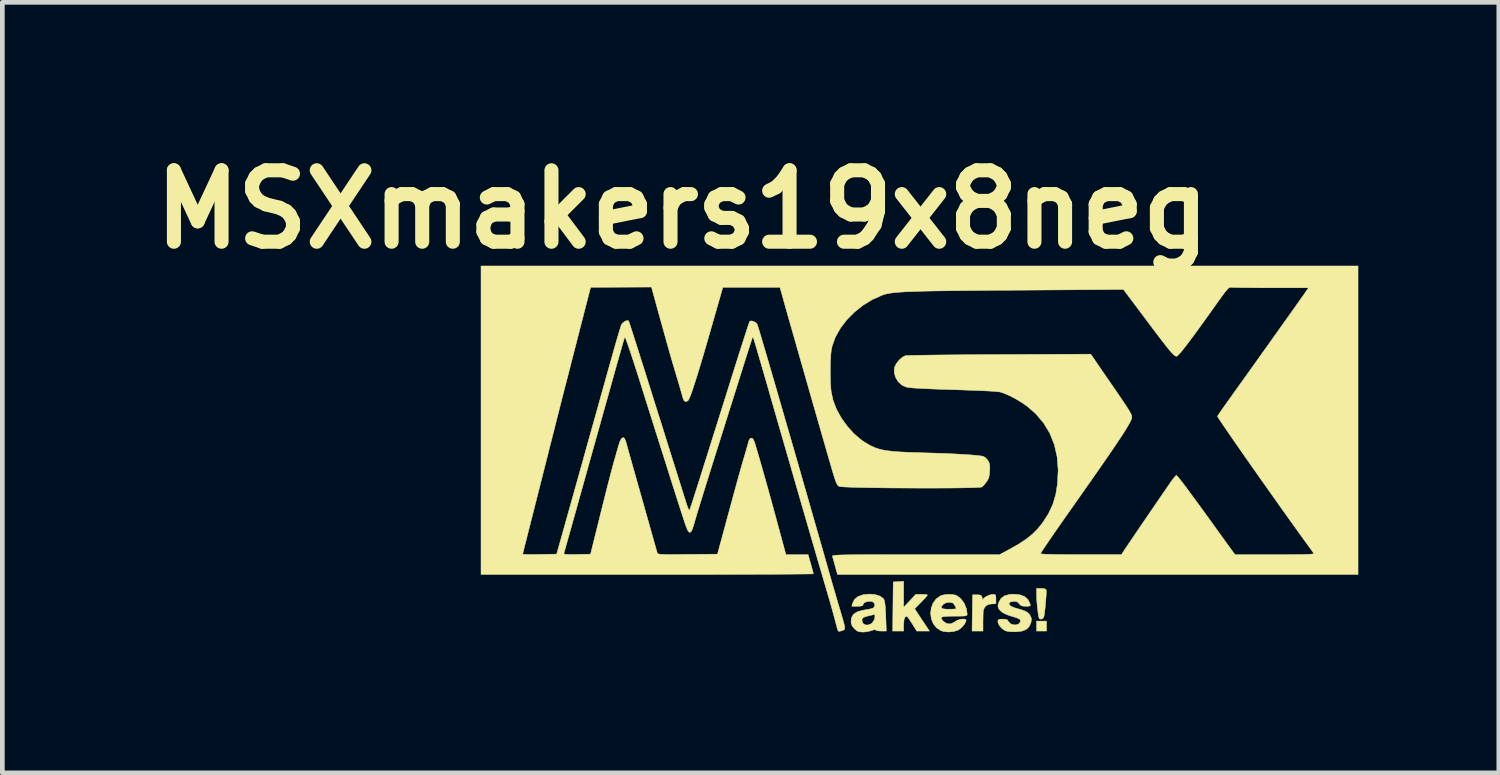
<source format=kicad_pcb>
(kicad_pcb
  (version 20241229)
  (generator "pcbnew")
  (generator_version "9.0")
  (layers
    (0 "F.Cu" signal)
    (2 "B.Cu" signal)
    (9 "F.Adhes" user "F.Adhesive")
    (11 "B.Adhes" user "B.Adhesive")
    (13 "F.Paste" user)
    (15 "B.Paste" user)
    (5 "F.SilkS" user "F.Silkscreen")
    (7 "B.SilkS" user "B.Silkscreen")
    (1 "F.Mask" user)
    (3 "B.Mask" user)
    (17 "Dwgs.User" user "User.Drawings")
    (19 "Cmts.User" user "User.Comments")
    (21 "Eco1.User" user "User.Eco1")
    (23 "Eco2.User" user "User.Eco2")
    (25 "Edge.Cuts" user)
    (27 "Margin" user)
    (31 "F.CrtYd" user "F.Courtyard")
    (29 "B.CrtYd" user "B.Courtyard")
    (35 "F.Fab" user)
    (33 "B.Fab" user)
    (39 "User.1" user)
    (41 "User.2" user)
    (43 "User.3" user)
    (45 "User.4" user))
  (footprint "MSXmakers19x8neg"
    (layer "F.Cu")
    (at 16.59 6.498)
    (property "Reference" "MSXmakers19x8neg" (at -5.08 -5.08 0) (layer "F.SilkS") (effects (font (size 1.524 1.524) (thickness 0.3))))
    (attr through_hole)
    (fp_poly (pts (xy 2.688 3.916) (xy 2.477 3.916) (xy 2.477 3.704) (xy 2.688 3.704) (xy 2.688 3.916)) (stroke (width 0.01) (type solid)) (fill yes) (layer "F.SilkS"))
    (fp_poly (pts (xy 2.641 3.011) (xy 2.676 3.03) (xy 2.681 3.04) (xy 2.684 3.072) (xy 2.682 3.136) (xy 2.676 3.221) (xy 2.668 3.319) (xy 2.659 3.418) (xy 2.648 3.509) (xy 2.638 3.582) (xy 2.631 3.614) (xy 2.608 3.649) (xy 2.57 3.663) (xy 2.537 3.651) (xy 2.532 3.646) (xy 2.522 3.611) (xy 2.511 3.545) (xy 2.499 3.458) (xy 2.489 3.361) (xy 2.481 3.264) (xy 2.477 3.179) (xy 2.477 3.152) (xy 2.477 3.006) (xy 2.572 3.006) (xy 2.641 3.011)) (stroke (width 0.01) (type solid)) (fill yes) (layer "F.SilkS"))
    (fp_poly (pts (xy -0.36 3.409) (xy -0.23 3.271) (xy -0.101 3.133) (xy 0.024 3.133) (xy 0.09 3.135) (xy 0.135 3.141) (xy 0.148 3.148) (xy 0.134 3.169) (xy 0.097 3.212) (xy 0.043 3.27) (xy 0.012 3.301) (xy -0.125 3.44) (xy 0.032 3.678) (xy 0.19 3.916) (xy -0.08 3.916) (xy -0.179 3.757) (xy -0.225 3.686) (xy -0.263 3.632) (xy -0.288 3.602) (xy -0.294 3.598) (xy -0.329 3.618) (xy -0.352 3.677) (xy -0.36 3.774) (xy -0.36 3.782) (xy -0.36 3.916) (xy -0.593 3.916) (xy -0.588 3.392) (xy -0.582 2.868) (xy -0.471 2.862) (xy -0.36 2.855) (xy -0.36 3.409)) (stroke (width 0.01) (type solid)) (fill yes) (layer "F.SilkS"))
    (fp_poly (pts (xy 1.582 3.135) (xy 1.602 3.149) (xy 1.608 3.187) (xy 1.609 3.234) (xy 1.609 3.334) (xy 1.52 3.337) (xy 1.449 3.347) (xy 1.398 3.379) (xy 1.382 3.396) (xy 1.361 3.425) (xy 1.346 3.457) (xy 1.338 3.502) (xy 1.335 3.569) (xy 1.334 3.668) (xy 1.333 3.684) (xy 1.333 3.916) (xy 1.1 3.916) (xy 1.105 3.53) (xy 1.111 3.143) (xy 1.206 3.143) (xy 1.266 3.146) (xy 1.296 3.158) (xy 1.311 3.188) (xy 1.315 3.207) (xy 1.325 3.243) (xy 1.331 3.247) (xy 1.331 3.246) (xy 1.352 3.214) (xy 1.4 3.18) (xy 1.462 3.151) (xy 1.522 3.134) (xy 1.542 3.133) (xy 1.582 3.135)) (stroke (width 0.01) (type solid)) (fill yes) (layer "F.SilkS"))
    (fp_poly (pts (xy -0.965 3.139) (xy -0.868 3.169) (xy -0.8 3.216) (xy -0.78 3.242) (xy -0.766 3.289) (xy -0.754 3.375) (xy -0.746 3.499) (xy -0.741 3.604) (xy -0.73 3.916) (xy -0.84 3.916) (xy -0.903 3.912) (xy -0.946 3.902) (xy -0.956 3.894) (xy -0.98 3.885) (xy -1.035 3.901) (xy -1.042 3.904) (xy -1.112 3.924) (xy -1.196 3.936) (xy -1.229 3.937) (xy -1.3 3.933) (xy -1.349 3.916) (xy -1.397 3.878) (xy -1.41 3.865) (xy -1.458 3.808) (xy -1.478 3.755) (xy -1.482 3.709) (xy -1.479 3.691) (xy -1.249 3.691) (xy -1.232 3.748) (xy -1.19 3.781) (xy -1.131 3.789) (xy -1.068 3.769) (xy -1.026 3.737) (xy -0.984 3.673) (xy -0.974 3.622) (xy -0.974 3.56) (xy -1.086 3.586) (xy -1.169 3.607) (xy -1.218 3.627) (xy -1.242 3.65) (xy -1.249 3.683) (xy -1.249 3.691) (xy -1.479 3.691) (xy -1.469 3.624) (xy -1.43 3.559) (xy -1.359 3.511) (xy -1.254 3.477) (xy -1.154 3.459) (xy -1.084 3.447) (xy -1.028 3.432) (xy -1.011 3.426) (xy -0.979 3.389) (xy -0.978 3.34) (xy -0.999 3.306) (xy -1.043 3.284) (xy -1.103 3.282) (xy -1.162 3.294) (xy -1.209 3.32) (xy -1.228 3.355) (xy -1.228 3.356) (xy -1.239 3.374) (xy -1.277 3.384) (xy -1.346 3.387) (xy -1.465 3.387) (xy -1.451 3.328) (xy -1.409 3.241) (xy -1.333 3.179) (xy -1.223 3.141) (xy -1.082 3.128) (xy -0.965 3.139)) (stroke (width 0.01) (type solid)) (fill yes) (layer "F.SilkS"))
    (fp_poly (pts (xy 0.692 3.138) (xy 0.758 3.152) (xy 0.769 3.156) (xy 0.859 3.225) (xy 0.932 3.322) (xy 0.979 3.437) (xy 0.995 3.549) (xy 0.994 3.569) (xy 0.985 3.583) (xy 0.963 3.591) (xy 0.921 3.596) (xy 0.851 3.598) (xy 0.747 3.598) (xy 0.72 3.598) (xy 0.596 3.6) (xy 0.51 3.605) (xy 0.46 3.616) (xy 0.441 3.634) (xy 0.45 3.662) (xy 0.483 3.702) (xy 0.496 3.716) (xy 0.566 3.759) (xy 0.643 3.763) (xy 0.722 3.727) (xy 0.737 3.715) (xy 0.786 3.686) (xy 0.847 3.667) (xy 0.906 3.659) (xy 0.953 3.664) (xy 0.973 3.683) (xy 0.974 3.686) (xy 0.958 3.736) (xy 0.917 3.797) (xy 0.862 3.854) (xy 0.803 3.895) (xy 0.71 3.925) (xy 0.6 3.936) (xy 0.494 3.926) (xy 0.434 3.907) (xy 0.339 3.844) (xy 0.272 3.757) (xy 0.231 3.654) (xy 0.216 3.542) (xy 0.228 3.429) (xy 0.231 3.421) (xy 0.444 3.421) (xy 0.474 3.44) (xy 0.542 3.449) (xy 0.603 3.45) (xy 0.679 3.449) (xy 0.735 3.445) (xy 0.761 3.439) (xy 0.762 3.438) (xy 0.751 3.404) (xy 0.725 3.359) (xy 0.697 3.324) (xy 0.69 3.318) (xy 0.635 3.302) (xy 0.566 3.307) (xy 0.505 3.33) (xy 0.487 3.344) (xy 0.449 3.39) (xy 0.444 3.421) (xy 0.231 3.421) (xy 0.266 3.325) (xy 0.329 3.235) (xy 0.419 3.169) (xy 0.451 3.155) (xy 0.521 3.139) (xy 0.607 3.133) (xy 0.692 3.138)) (stroke (width 0.01) (type solid)) (fill yes) (layer "F.SilkS"))
    (fp_poly (pts (xy 2.118 3.142) (xy 2.22 3.179) (xy 2.293 3.244) (xy 2.338 3.339) (xy 2.338 3.339) (xy 2.343 3.367) (xy 2.331 3.381) (xy 2.292 3.386) (xy 2.248 3.387) (xy 2.18 3.383) (xy 2.139 3.369) (xy 2.11 3.337) (xy 2.108 3.334) (xy 2.064 3.292) (xy 2.005 3.281) (xy 1.93 3.291) (xy 1.892 3.314) (xy 1.89 3.347) (xy 1.922 3.382) (xy 1.99 3.414) (xy 2.024 3.425) (xy 2.141 3.458) (xy 2.224 3.488) (xy 2.281 3.519) (xy 2.319 3.554) (xy 2.34 3.587) (xy 2.364 3.641) (xy 2.366 3.689) (xy 2.353 3.744) (xy 2.314 3.826) (xy 2.253 3.883) (xy 2.164 3.917) (xy 2.042 3.932) (xy 2.032 3.932) (xy 1.917 3.93) (xy 1.831 3.916) (xy 1.808 3.908) (xy 1.738 3.862) (xy 1.683 3.8) (xy 1.654 3.734) (xy 1.651 3.712) (xy 1.655 3.682) (xy 1.675 3.667) (xy 1.721 3.662) (xy 1.752 3.662) (xy 1.817 3.665) (xy 1.853 3.679) (xy 1.873 3.708) (xy 1.874 3.709) (xy 1.912 3.755) (xy 1.97 3.78) (xy 2.034 3.785) (xy 2.09 3.768) (xy 2.126 3.729) (xy 2.128 3.723) (xy 2.133 3.69) (xy 2.117 3.664) (xy 2.075 3.642) (xy 2.001 3.617) (xy 1.968 3.608) (xy 1.835 3.564) (xy 1.741 3.515) (xy 1.682 3.46) (xy 1.673 3.446) (xy 1.655 3.404) (xy 1.653 3.365) (xy 1.67 3.308) (xy 1.673 3.299) (xy 1.719 3.218) (xy 1.795 3.163) (xy 1.9 3.135) (xy 1.984 3.13) (xy 2.118 3.142)) (stroke (width 0.01) (type solid)) (fill yes) (layer "F.SilkS"))
    (fp_poly (pts (xy 9.335 2.709) (xy -1.771 2.709) (xy -1.82 2.535) (xy -1.843 2.45) (xy -1.863 2.378) (xy -1.876 2.331) (xy -1.879 2.323) (xy -1.879 2.316) (xy -1.873 2.311) (xy -1.86 2.306) (xy -1.836 2.302) (xy -1.799 2.298) (xy -1.746 2.295) (xy -1.674 2.292) (xy -1.581 2.29) (xy -1.464 2.289) (xy -1.321 2.288) (xy -1.149 2.287) (xy -0.945 2.287) (xy -0.707 2.286) (xy -0.432 2.286) (xy -0.117 2.286) (xy 1.686 2.286) (xy 1.904 2.169) (xy 2.096 2.06) (xy 2.254 1.956) (xy 2.386 1.85) (xy 2.5 1.736) (xy 2.6 1.613) (xy 2.728 1.416) (xy 2.822 1.216) (xy 2.886 1.001) (xy 2.922 0.777) (xy 2.937 0.48) (xy 2.915 0.2) (xy 2.856 -0.06) (xy 2.76 -0.301) (xy 2.628 -0.521) (xy 2.459 -0.72) (xy 2.285 -0.873) (xy 2.166 -0.957) (xy 2.034 -1.036) (xy 1.901 -1.106) (xy 1.778 -1.158) (xy 1.693 -1.185) (xy 1.649 -1.191) (xy 1.568 -1.198) (xy 1.457 -1.205) (xy 1.321 -1.212) (xy 1.168 -1.218) (xy 1.001 -1.224) (xy 0.921 -1.227) (xy 0.661 -1.235) (xy 0.44 -1.242) (xy 0.255 -1.249) (xy 0.102 -1.255) (xy -0.022 -1.262) (xy -0.121 -1.268) (xy -0.198 -1.274) (xy -0.256 -1.281) (xy -0.299 -1.289) (xy -0.307 -1.29) (xy -0.398 -1.332) (xy -0.475 -1.403) (xy -0.531 -1.495) (xy -0.561 -1.596) (xy -0.558 -1.696) (xy -0.554 -1.711) (xy -0.516 -1.789) (xy -0.457 -1.865) (xy -0.387 -1.926) (xy -0.324 -1.959) (xy -0.295 -1.961) (xy -0.226 -1.964) (xy -0.121 -1.966) (xy 0.017 -1.969) (xy 0.185 -1.971) (xy 0.38 -1.974) (xy 0.599 -1.976) (xy 0.839 -1.978) (xy 1.096 -1.98) (xy 1.368 -1.982) (xy 1.652 -1.983) (xy 1.684 -1.983) (xy 3.632 -1.992) (xy 3.971 -1.498) (xy 4.099 -1.313) (xy 4.205 -1.158) (xy 4.291 -1.032) (xy 4.359 -0.931) (xy 4.411 -0.851) (xy 4.45 -0.79) (xy 4.476 -0.743) (xy 4.494 -0.709) (xy 4.503 -0.682) (xy 4.508 -0.661) (xy 4.508 -0.643) (xy 4.503 -0.615) (xy 4.486 -0.572) (xy 4.456 -0.513) (xy 4.411 -0.436) (xy 4.352 -0.339) (xy 4.275 -0.221) (xy 4.181 -0.08) (xy 4.068 0.087) (xy 3.934 0.281) (xy 3.779 0.505) (xy 3.601 0.759) (xy 3.45 0.974) (xy 3.266 1.236) (xy 3.105 1.465) (xy 2.967 1.662) (xy 2.851 1.829) (xy 2.756 1.967) (xy 2.681 2.077) (xy 2.625 2.161) (xy 2.587 2.219) (xy 2.566 2.254) (xy 2.561 2.266) (xy 2.582 2.271) (xy 2.642 2.275) (xy 2.74 2.279) (xy 2.872 2.282) (xy 3.036 2.284) (xy 3.23 2.285) (xy 3.424 2.285) (xy 4.286 2.285) (xy 4.374 2.153) (xy 4.426 2.076) (xy 4.494 1.975) (xy 4.576 1.854) (xy 4.667 1.72) (xy 4.765 1.576) (xy 4.866 1.429) (xy 4.966 1.282) (xy 5.062 1.141) (xy 5.151 1.012) (xy 5.229 0.898) (xy 5.294 0.804) (xy 5.34 0.737) (xy 5.364 0.704) (xy 5.407 0.647) (xy 5.441 0.607) (xy 5.459 0.593) (xy 5.477 0.61) (xy 5.519 0.659) (xy 5.582 0.739) (xy 5.665 0.848) (xy 5.765 0.984) (xy 5.883 1.144) (xy 6.016 1.326) (xy 6.163 1.529) (xy 6.213 1.598) (xy 6.306 1.728) (xy 6.396 1.853) (xy 6.478 1.966) (xy 6.547 2.062) (xy 6.6 2.135) (xy 6.629 2.175) (xy 6.711 2.286) (xy 7.558 2.286) (xy 7.777 2.286) (xy 7.957 2.285) (xy 8.101 2.283) (xy 8.211 2.281) (xy 8.293 2.278) (xy 8.347 2.274) (xy 8.379 2.269) (xy 8.39 2.263) (xy 8.39 2.26) (xy 8.37 2.229) (xy 8.333 2.177) (xy 8.297 2.127) (xy 8.196 1.989) (xy 8.084 1.833) (xy 7.961 1.662) (xy 7.83 1.479) (xy 7.693 1.287) (xy 7.553 1.089) (xy 7.411 0.888) (xy 7.269 0.688) (xy 7.13 0.49) (xy 6.995 0.298) (xy 6.867 0.115) (xy 6.748 -0.056) (xy 6.64 -0.212) (xy 6.546 -0.349) (xy 6.466 -0.466) (xy 6.403 -0.559) (xy 6.36 -0.625) (xy 6.338 -0.661) (xy 6.336 -0.666) (xy 6.351 -0.691) (xy 6.387 -0.745) (xy 6.441 -0.823) (xy 6.509 -0.919) (xy 6.588 -1.03) (xy 6.641 -1.104) (xy 6.753 -1.261) (xy 6.875 -1.431) (xy 7.004 -1.611) (xy 7.137 -1.798) (xy 7.273 -1.989) (xy 7.409 -2.179) (xy 7.542 -2.366) (xy 7.67 -2.546) (xy 7.79 -2.715) (xy 7.9 -2.869) (xy 7.998 -3.007) (xy 8.08 -3.123) (xy 8.145 -3.215) (xy 8.19 -3.278) (xy 8.21 -3.307) (xy 8.278 -3.408) (xy 7.468 -3.408) (xy 7.285 -3.408) (xy 7.114 -3.409) (xy 6.961 -3.411) (xy 6.83 -3.412) (xy 6.725 -3.414) (xy 6.652 -3.416) (xy 6.617 -3.419) (xy 6.615 -3.419) (xy 6.597 -3.418) (xy 6.574 -3.402) (xy 6.542 -3.37) (xy 6.497 -3.316) (xy 6.438 -3.237) (xy 6.36 -3.13) (xy 6.287 -3.026) (xy 6.108 -2.775) (xy 5.952 -2.559) (xy 5.819 -2.376) (xy 5.707 -2.227) (xy 5.617 -2.11) (xy 5.547 -2.025) (xy 5.498 -1.972) (xy 5.468 -1.948) (xy 5.463 -1.947) (xy 5.445 -1.95) (xy 5.425 -1.961) (xy 5.398 -1.983) (xy 5.363 -2.019) (xy 5.318 -2.07) (xy 5.26 -2.141) (xy 5.187 -2.234) (xy 5.097 -2.351) (xy 4.987 -2.496) (xy 4.855 -2.672) (xy 4.803 -2.742) (xy 4.33 -3.372) (xy 2.109 -3.357) (xy 1.713 -3.355) (xy 1.356 -3.352) (xy 1.036 -3.349) (xy 0.752 -3.346) (xy 0.501 -3.343) (xy 0.28 -3.34) (xy 0.088 -3.336) (xy -0.078 -3.331) (xy -0.221 -3.326) (xy -0.343 -3.321) (xy -0.446 -3.314) (xy -0.533 -3.307) (xy -0.605 -3.299) (xy -0.666 -3.29) (xy -0.717 -3.28) (xy -0.761 -3.269) (xy -0.801 -3.256) (xy -0.813 -3.252) (xy -1.027 -3.157) (xy -1.229 -3.033) (xy -1.413 -2.886) (xy -1.576 -2.721) (xy -1.711 -2.543) (xy -1.816 -2.356) (xy -1.885 -2.165) (xy -1.904 -2.074) (xy -1.914 -1.978) (xy -1.921 -1.85) (xy -1.925 -1.704) (xy -1.924 -1.55) (xy -1.921 -1.4) (xy -1.913 -1.265) (xy -1.906 -1.193) (xy -1.866 -1.007) (xy -1.792 -0.816) (xy -1.688 -0.627) (xy -1.56 -0.449) (xy -1.414 -0.289) (xy -1.255 -0.155) (xy -1.193 -0.114) (xy -1.114 -0.066) (xy -1.04 -0.027) (xy -0.965 0.006) (xy -0.885 0.033) (xy -0.796 0.054) (xy -0.692 0.071) (xy -0.568 0.084) (xy -0.42 0.095) (xy -0.243 0.103) (xy -0.032 0.11) (xy 0.159 0.116) (xy 0.372 0.122) (xy 0.577 0.13) (xy 0.767 0.139) (xy 0.938 0.149) (xy 1.086 0.159) (xy 1.206 0.17) (xy 1.293 0.18) (xy 1.343 0.19) (xy 1.346 0.191) (xy 1.391 0.222) (xy 1.435 0.272) (xy 1.441 0.28) (xy 1.464 0.326) (xy 1.476 0.376) (xy 1.478 0.445) (xy 1.476 0.502) (xy 1.468 0.591) (xy 1.453 0.653) (xy 1.427 0.705) (xy 1.406 0.735) (xy 1.363 0.789) (xy 1.324 0.831) (xy 1.313 0.841) (xy 1.286 0.847) (xy 1.22 0.852) (xy 1.12 0.856) (xy 0.99 0.859) (xy 0.835 0.862) (xy 0.658 0.864) (xy 0.464 0.865) (xy 0.257 0.866) (xy 0.041 0.866) (xy -0.18 0.865) (xy -0.401 0.864) (xy -0.619 0.863) (xy -0.829 0.86) (xy -1.027 0.858) (xy -1.21 0.854) (xy -1.371 0.851) (xy -1.509 0.846) (xy -1.618 0.842) (xy -1.694 0.836) (xy -1.733 0.831) (xy -1.736 0.83) (xy -1.76 0.812) (xy -1.783 0.78) (xy -1.806 0.729) (xy -1.833 0.651) (xy -1.868 0.538) (xy -1.87 0.533) (xy -1.888 0.47) (xy -1.917 0.369) (xy -1.956 0.236) (xy -2.003 0.074) (xy -2.056 -0.112) (xy -2.116 -0.319) (xy -2.18 -0.543) (xy -2.248 -0.78) (xy -2.319 -1.026) (xy -2.39 -1.276) (xy -2.462 -1.527) (xy -2.533 -1.775) (xy -2.602 -2.016) (xy -2.667 -2.245) (xy -2.728 -2.459) (xy -2.784 -2.655) (xy -2.833 -2.826) (xy -2.874 -2.971) (xy -2.895 -3.048) (xy -2.999 -3.418) (xy -4.218 -3.418) (xy -4.363 -2.91) (xy -4.463 -2.562) (xy -4.552 -2.253) (xy -4.631 -1.982) (xy -4.701 -1.747) (xy -4.762 -1.547) (xy -4.815 -1.381) (xy -4.859 -1.246) (xy -4.895 -1.142) (xy -4.925 -1.066) (xy -4.948 -1.018) (xy -4.961 -0.999) (xy -5.004 -0.978) (xy -5.042 -0.995) (xy -5.064 -1.041) (xy -5.074 -1.075) (xy -5.093 -1.144) (xy -5.121 -1.239) (xy -5.154 -1.354) (xy -5.192 -1.482) (xy -5.202 -1.513) (xy -5.243 -1.653) (xy -5.284 -1.789) (xy -5.32 -1.914) (xy -5.35 -2.018) (xy -5.371 -2.091) (xy -5.372 -2.095) (xy -5.394 -2.172) (xy -5.423 -2.278) (xy -5.458 -2.402) (xy -5.494 -2.532) (xy -5.511 -2.593) (xy -5.55 -2.731) (xy -5.591 -2.88) (xy -5.63 -3.022) (xy -5.664 -3.144) (xy -5.673 -3.178) (xy -5.74 -3.424) (xy -6.389 -3.421) (xy -7.038 -3.418) (xy -7.107 -3.154) (xy -7.129 -3.068) (xy -7.16 -2.948) (xy -7.197 -2.802) (xy -7.24 -2.637) (xy -7.285 -2.46) (xy -7.332 -2.278) (xy -7.357 -2.18) (xy -7.402 -2.006) (xy -7.445 -1.839) (xy -7.484 -1.684) (xy -7.519 -1.548) (xy -7.548 -1.437) (xy -7.569 -1.356) (xy -7.578 -1.323) (xy -7.59 -1.275) (xy -7.612 -1.189) (xy -7.642 -1.072) (xy -7.679 -0.926) (xy -7.722 -0.757) (xy -7.77 -0.569) (xy -7.821 -0.365) (xy -7.875 -0.151) (xy -7.906 -0.032) (xy -7.965 0.205) (xy -8.027 0.447) (xy -8.088 0.69) (xy -8.148 0.926) (xy -8.204 1.148) (xy -8.255 1.35) (xy -8.3 1.526) (xy -8.336 1.668) (xy -8.341 1.688) (xy -8.379 1.838) (xy -8.413 1.974) (xy -8.443 2.091) (xy -8.466 2.184) (xy -8.481 2.247) (xy -8.488 2.275) (xy -8.488 2.276) (xy -8.468 2.279) (xy -8.412 2.282) (xy -8.328 2.283) (xy -8.222 2.282) (xy -8.126 2.281) (xy -7.764 2.275) (xy -7.662 1.916) (xy -7.621 1.769) (xy -7.57 1.587) (xy -7.51 1.373) (xy -7.443 1.135) (xy -7.37 0.875) (xy -7.293 0.6) (xy -7.213 0.314) (xy -7.132 0.022) (xy -7.05 -0.27) (xy -6.969 -0.558) (xy -6.891 -0.837) (xy -6.818 -1.101) (xy -6.749 -1.345) (xy -6.688 -1.566) (xy -6.658 -1.672) (xy -6.605 -1.86) (xy -6.555 -2.037) (xy -6.509 -2.199) (xy -6.468 -2.341) (xy -6.433 -2.459) (xy -6.406 -2.547) (xy -6.389 -2.602) (xy -6.383 -2.617) (xy -6.351 -2.66) (xy -6.305 -2.693) (xy -6.259 -2.709) (xy -6.229 -2.702) (xy -6.226 -2.694) (xy -6.218 -2.675) (xy -6.207 -2.643) (xy -6.191 -2.594) (xy -6.17 -2.529) (xy -6.142 -2.443) (xy -6.108 -2.336) (xy -6.066 -2.206) (xy -6.017 -2.05) (xy -5.959 -1.866) (xy -5.891 -1.654) (xy -5.814 -1.409) (xy -5.727 -1.132) (xy -5.629 -0.819) (xy -5.518 -0.469) (xy -5.451 -0.254) (xy -5.378 -0.022) (xy -5.308 0.201) (xy -5.241 0.412) (xy -5.18 0.607) (xy -5.125 0.782) (xy -5.078 0.932) (xy -5.039 1.055) (xy -5.01 1.147) (xy -4.993 1.203) (xy -4.99 1.212) (xy -4.966 1.279) (xy -4.945 1.325) (xy -4.931 1.34) (xy -4.93 1.339) (xy -4.927 1.333) (xy -4.922 1.321) (xy -4.914 1.3) (xy -4.903 1.268) (xy -4.888 1.223) (xy -4.869 1.163) (xy -4.844 1.087) (xy -4.814 0.992) (xy -4.777 0.876) (xy -4.733 0.739) (xy -4.682 0.577) (xy -4.623 0.388) (xy -4.554 0.172) (xy -4.477 -0.074) (xy -4.389 -0.353) (xy -4.291 -0.665) (xy -4.181 -1.013) (xy -4.06 -1.399) (xy -4.011 -1.556) (xy -3.945 -1.765) (xy -3.883 -1.962) (xy -3.825 -2.143) (xy -3.773 -2.305) (xy -3.728 -2.443) (xy -3.692 -2.555) (xy -3.665 -2.635) (xy -3.649 -2.682) (xy -3.644 -2.692) (xy -3.608 -2.702) (xy -3.558 -2.689) (xy -3.51 -2.659) (xy -3.484 -2.627) (xy -3.474 -2.6) (xy -3.454 -2.534) (xy -3.423 -2.433) (xy -3.383 -2.297) (xy -3.334 -2.131) (xy -3.276 -1.935) (xy -3.211 -1.713) (xy -3.139 -1.466) (xy -3.061 -1.198) (xy -2.978 -0.91) (xy -2.89 -0.605) (xy -2.797 -0.285) (xy -2.701 0.047) (xy -2.602 0.39) (xy -2.502 0.74) (xy -2.399 1.096) (xy -2.297 1.455) (xy -2.194 1.814) (xy -2.091 2.172) (xy -1.99 2.526) (xy -1.935 2.72) (xy -1.891 2.874) (xy -1.843 3.039) (xy -1.796 3.201) (xy -1.753 3.348) (xy -1.722 3.45) (xy -1.68 3.593) (xy -1.648 3.701) (xy -1.628 3.778) (xy -1.618 3.832) (xy -1.618 3.866) (xy -1.627 3.886) (xy -1.645 3.898) (xy -1.672 3.907) (xy -1.681 3.91) (xy -1.731 3.923) (xy -1.756 3.915) (xy -1.771 3.878) (xy -1.777 3.856) (xy -1.792 3.8) (xy -1.814 3.718) (xy -1.839 3.624) (xy -1.848 3.588) (xy -1.869 3.513) (xy -1.899 3.406) (xy -1.936 3.275) (xy -1.979 3.129) (xy -2.023 2.975) (xy -2.052 2.879) (xy -2.116 2.659) (xy -2.188 2.415) (xy -2.266 2.146) (xy -2.352 1.85) (xy -2.446 1.526) (xy -2.549 1.171) (xy -2.661 0.784) (xy -2.782 0.363) (xy -2.914 -0.093) (xy -3.056 -0.586) (xy -3.209 -1.118) (xy -3.231 -1.196) (xy -3.292 -1.408) (xy -3.35 -1.607) (xy -3.403 -1.79) (xy -3.451 -1.954) (xy -3.492 -2.094) (xy -3.525 -2.207) (xy -3.55 -2.289) (xy -3.565 -2.337) (xy -3.569 -2.348) (xy -3.585 -2.348) (xy -3.593 -2.326) (xy -3.612 -2.269) (xy -3.64 -2.181) (xy -3.677 -2.067) (xy -3.72 -1.931) (xy -3.768 -1.779) (xy -3.805 -1.662) (xy -3.854 -1.506) (xy -3.913 -1.317) (xy -3.981 -1.102) (xy -4.055 -0.868) (xy -4.133 -0.621) (xy -4.212 -0.368) (xy -4.291 -0.117) (xy -4.368 0.125) (xy -4.382 0.169) (xy -4.451 0.39) (xy -4.519 0.606) (xy -4.583 0.812) (xy -4.643 1.004) (xy -4.696 1.176) (xy -4.742 1.325) (xy -4.778 1.445) (xy -4.804 1.533) (xy -4.814 1.566) (xy -4.845 1.673) (xy -4.869 1.744) (xy -4.889 1.787) (xy -4.908 1.806) (xy -4.921 1.81) (xy -4.944 1.8) (xy -4.968 1.766) (xy -4.995 1.702) (xy -5.021 1.63) (xy -5.047 1.55) (xy -5.086 1.431) (xy -5.136 1.277) (xy -5.196 1.09) (xy -5.265 0.872) (xy -5.344 0.625) (xy -5.43 0.352) (xy -5.524 0.056) (xy -5.625 -0.262) (xy -5.731 -0.599) (xy -5.843 -0.952) (xy -5.928 -1.224) (xy -6.015 -1.5) (xy -6.091 -1.736) (xy -6.155 -1.933) (xy -6.208 -2.092) (xy -6.25 -2.213) (xy -6.281 -2.297) (xy -6.302 -2.345) (xy -6.312 -2.357) (xy -6.313 -2.356) (xy -6.32 -2.331) (xy -6.339 -2.268) (xy -6.367 -2.169) (xy -6.404 -2.037) (xy -6.45 -1.876) (xy -6.504 -1.686) (xy -6.564 -1.472) (xy -6.63 -1.235) (xy -6.702 -0.979) (xy -6.779 -0.706) (xy -6.859 -0.418) (xy -6.943 -0.119) (xy -6.965 -0.042) (xy -7.049 0.259) (xy -7.13 0.549) (xy -7.207 0.826) (xy -7.28 1.086) (xy -7.347 1.327) (xy -7.409 1.546) (xy -7.463 1.741) (xy -7.511 1.909) (xy -7.549 2.047) (xy -7.579 2.153) (xy -7.599 2.224) (xy -7.609 2.258) (xy -7.61 2.26) (xy -7.605 2.271) (xy -7.578 2.278) (xy -7.524 2.282) (xy -7.437 2.283) (xy -7.33 2.281) (xy -7.04 2.275) (xy -6.825 1.408) (xy -6.776 1.212) (xy -6.728 1.02) (xy -6.682 0.838) (xy -6.639 0.672) (xy -6.601 0.527) (xy -6.57 0.41) (xy -6.547 0.326) (xy -6.542 0.307) (xy -6.511 0.2) (xy -6.481 0.094) (xy -6.456 0.005) (xy -6.443 -0.041) (xy -6.411 -0.137) (xy -6.377 -0.195) (xy -6.344 -0.213) (xy -6.314 -0.192) (xy -6.288 -0.13) (xy -6.286 -0.122) (xy -6.274 -0.079) (xy -6.252 -0.002) (xy -6.223 0.105) (xy -6.186 0.235) (xy -6.145 0.382) (xy -6.1 0.54) (xy -6.082 0.603) (xy -6.029 0.792) (xy -5.971 0.996) (xy -5.912 1.204) (xy -5.856 1.405) (xy -5.804 1.586) (xy -5.765 1.725) (xy -5.726 1.864) (xy -5.69 1.99) (xy -5.66 2.098) (xy -5.636 2.182) (xy -5.621 2.234) (xy -5.617 2.249) (xy -5.611 2.26) (xy -5.599 2.268) (xy -5.574 2.274) (xy -5.534 2.279) (xy -5.473 2.282) (xy -5.387 2.283) (xy -5.271 2.283) (xy -5.121 2.282) (xy -4.969 2.281) (xy -4.332 2.275) (xy -4.263 2.021) (xy -4.239 1.934) (xy -4.207 1.814) (xy -4.167 1.668) (xy -4.124 1.506) (xy -4.077 1.336) (xy -4.031 1.164) (xy -4.025 1.143) (xy -3.978 0.969) (xy -3.929 0.792) (xy -3.882 0.621) (xy -3.838 0.464) (xy -3.8 0.33) (xy -3.77 0.228) (xy -3.768 0.222) (xy -3.735 0.111) (xy -3.706 0.01) (xy -3.682 -0.073) (xy -3.667 -0.127) (xy -3.665 -0.138) (xy -3.641 -0.188) (xy -3.609 -0.201) (xy -3.582 -0.191) (xy -3.558 -0.155) (xy -3.533 -0.086) (xy -3.529 -0.074) (xy -3.493 0.047) (xy -3.447 0.203) (xy -3.394 0.387) (xy -3.336 0.592) (xy -3.274 0.811) (xy -3.211 1.038) (xy -3.148 1.267) (xy -3.087 1.491) (xy -3.048 1.635) (xy -2.872 2.286) (xy -2.398 2.286) (xy -2.342 2.483) (xy -2.318 2.569) (xy -2.299 2.639) (xy -2.288 2.684) (xy -2.286 2.694) (xy -2.307 2.696) (xy -2.368 2.698) (xy -2.467 2.699) (xy -2.601 2.7) (xy -2.77 2.702) (xy -2.969 2.703) (xy -3.198 2.704) (xy -3.454 2.705) (xy -3.734 2.706) (xy -4.038 2.707) (xy -4.361 2.708) (xy -4.703 2.709) (xy -5.061 2.709) (xy -5.433 2.709) (xy -5.817 2.709) (xy -9.377 2.709) (xy -9.377 -3.873) (xy 9.335 -3.873) (xy 9.335 2.709)) (stroke (width 0.01) (type solid)) (fill yes) (layer "F.SilkS")))
  (gr_rect
    (start -3 -3)
    (end 28.929 13.44)
    (stroke (width 0.1) (type default))
    (fill no)
    (layer "Edge.Cuts")))
</source>
